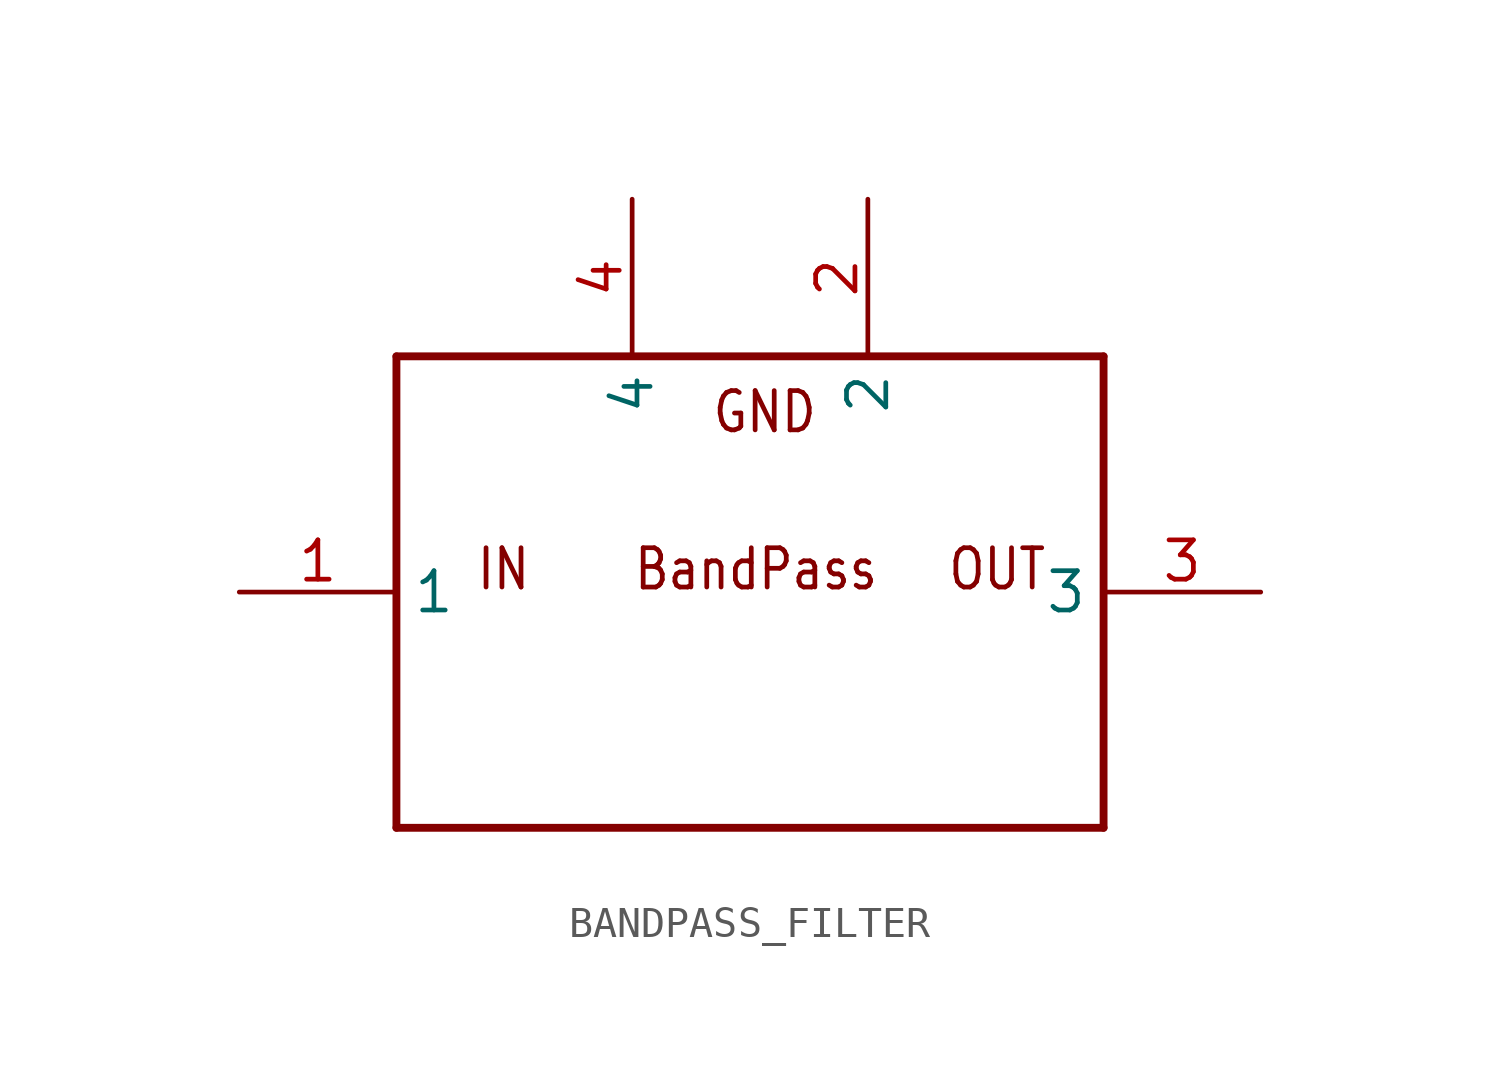
<source format=kicad_sym>
(kicad_symbol_lib
  (version 20220914)
  (generator kicad_symbol_editor)
  (symbol "BANDPASS_FILTER"
    (property "Reference" ""
      (at 0 0 0)
      (effects (font (size 1.27 1.27)) hide))
    (property "ki_locked" ""
      (at 0 0 0)
      (effects (font (size 1.27 1.27))))
    (symbol "BANDPASS_FILTER_1_0"
      (polyline (pts (xy -12.7 -7.62) (xy -12.7 7.62)) (stroke (width 0.254) (type solid)) (fill (type none)))
      (polyline (pts (xy -12.7 7.62) (xy 10.16 7.62)) (stroke (width 0.254) (type solid)) (fill (type none)))
      (polyline (pts (xy 10.16 -7.62) (xy -12.7 -7.62)) (stroke (width 0.254) (type solid)) (fill (type none)))
      (polyline (pts (xy 10.16 7.62) (xy 10.16 -7.62)) (stroke (width 0.254) (type solid)) (fill (type none)))
      (text "BandPass" (at -5.08 0 0) (effects (font (size 1.27 1.079)) (justify left bottom)))
      (text "GND" (at -2.54 5.08 0) (effects (font (size 1.27 1.079)) (justify left bottom)))
      (text "IN" (at -10.16 0 0) (effects (font (size 1.27 1.079)) (justify left bottom)))
      (text "OUT" (at 5.08 0 0) (effects (font (size 1.27 1.079)) (justify left bottom)))
      (pin bidirectional line (at -17.78 0 0) (length 5.08) (name "1" (effects (font (size 1.27 1.27)))) (number "1" (effects (font (size 1.27 1.27)))))
      (pin bidirectional line (at 2.54 12.7 270) (length 5.08) (name "2" (effects (font (size 1.27 1.27)))) (number "2" (effects (font (size 1.27 1.27)))))
      (pin bidirectional line (at 15.24 0 180) (length 5.08) (name "3" (effects (font (size 1.27 1.27)))) (number "3" (effects (font (size 1.27 1.27)))))
      (pin bidirectional line (at -5.08 12.7 270) (length 5.08) (name "4" (effects (font (size 1.27 1.27)))) (number "4" (effects (font (size 1.27 1.27))))))))
</source>
